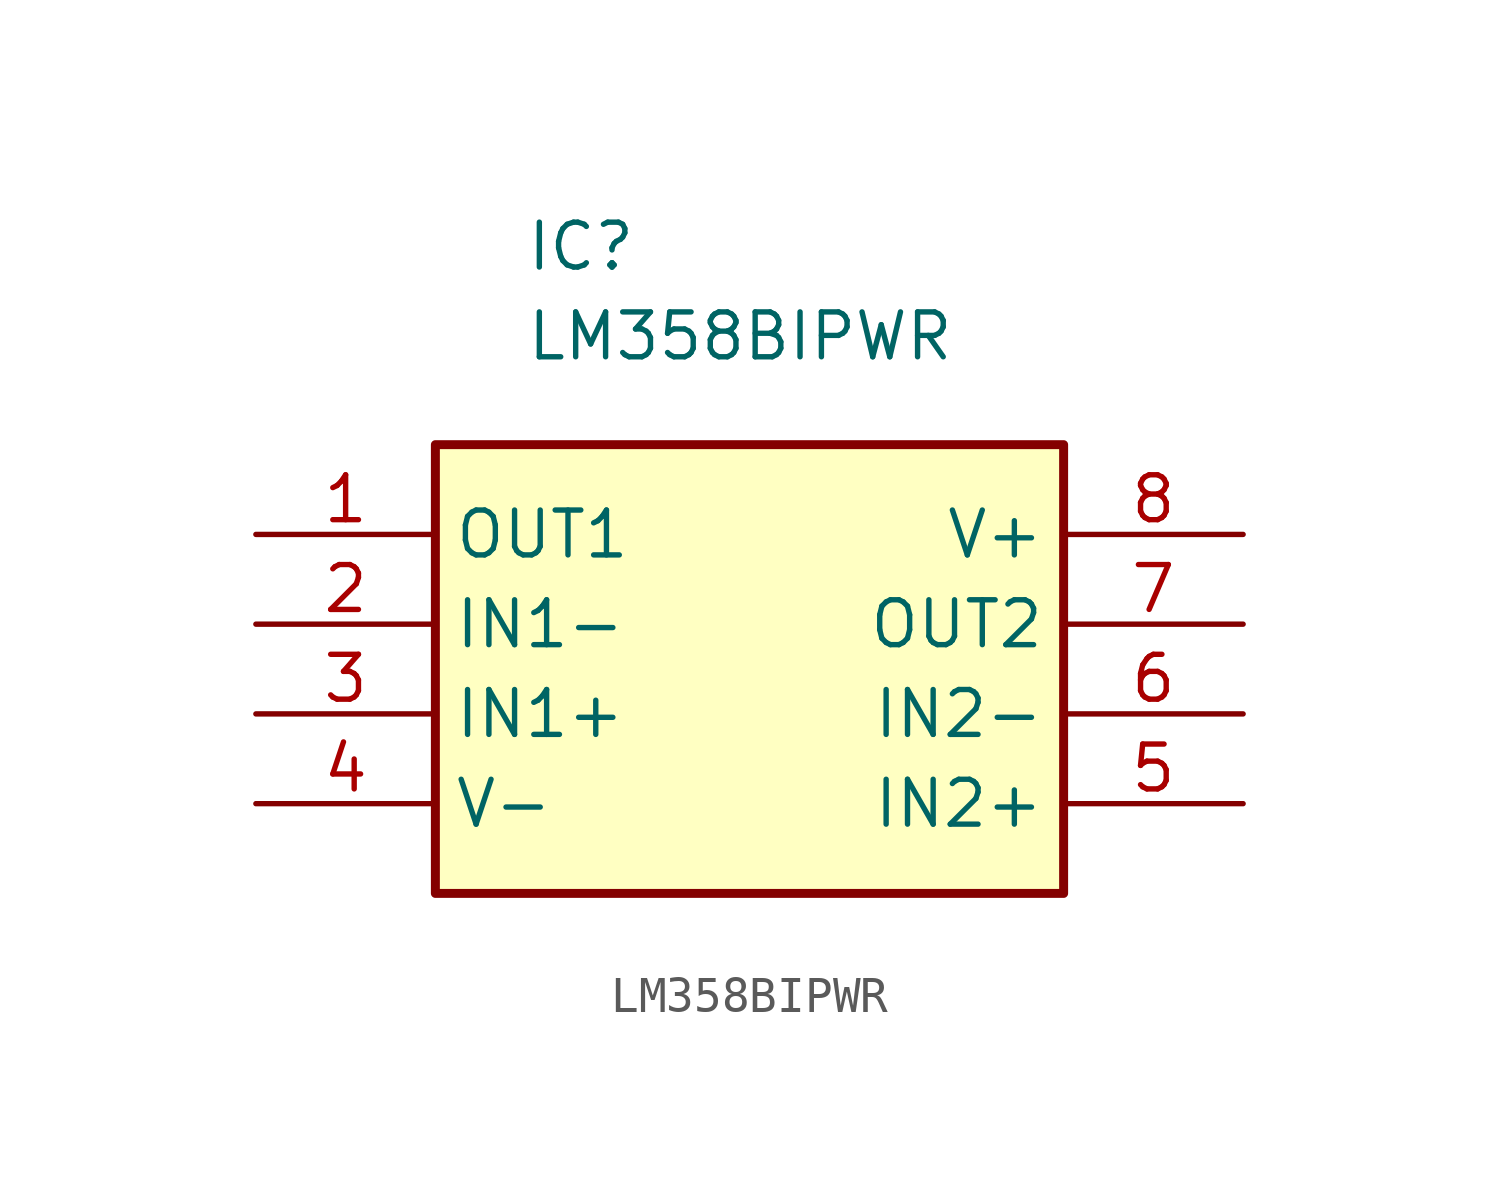
<source format=kicad_sym>
(kicad_symbol_lib
  (version 20241209)
  (generator "kicad_symbol_editor")
  (generator_version "9.0")
  (symbol "LM358BIPWR"
    (property "Reference" "IC"
      (at -6.35 12.7 0)
      (effects (font (size 1.27 1.27)) (justify left top)))
    (property "Value" "LM358BIPWR"
      (at -6.35 10.16 0)
      (effects (font (size 1.27 1.27)) (justify left top)))
    (symbol "LM358BIPWR_1_1"
      (rectangle (start -8.89 6.35) (end 8.89 -6.35) (stroke (width 0.254) (type default)) (fill (type background)))
      (pin passive line (at -13.97 3.81 0) (length 5.08) (name "OUT1" (effects (font (size 1.27 1.27)))) (number "1" (effects (font (size 1.27 1.27)))))
      (pin passive line (at -13.97 1.27 0) (length 5.08) (name "IN1-" (effects (font (size 1.27 1.27)))) (number "2" (effects (font (size 1.27 1.27)))))
      (pin passive line (at -13.97 -1.27 0) (length 5.08) (name "IN1+" (effects (font (size 1.27 1.27)))) (number "3" (effects (font (size 1.27 1.27)))))
      (pin passive line (at -13.97 -3.81 0) (length 5.08) (name "V-" (effects (font (size 1.27 1.27)))) (number "4" (effects (font (size 1.27 1.27)))))
      (pin passive line (at 13.97 3.81 180) (length 5.08) (name "V+" (effects (font (size 1.27 1.27)))) (number "8" (effects (font (size 1.27 1.27)))))
      (pin passive line (at 13.97 1.27 180) (length 5.08) (name "OUT2" (effects (font (size 1.27 1.27)))) (number "7" (effects (font (size 1.27 1.27)))))
      (pin passive line (at 13.97 -1.27 180) (length 5.08) (name "IN2-" (effects (font (size 1.27 1.27)))) (number "6" (effects (font (size 1.27 1.27)))))
      (pin passive line (at 13.97 -3.81 180) (length 5.08) (name "IN2+" (effects (font (size 1.27 1.27)))) (number "5" (effects (font (size 1.27 1.27))))))))
</source>
